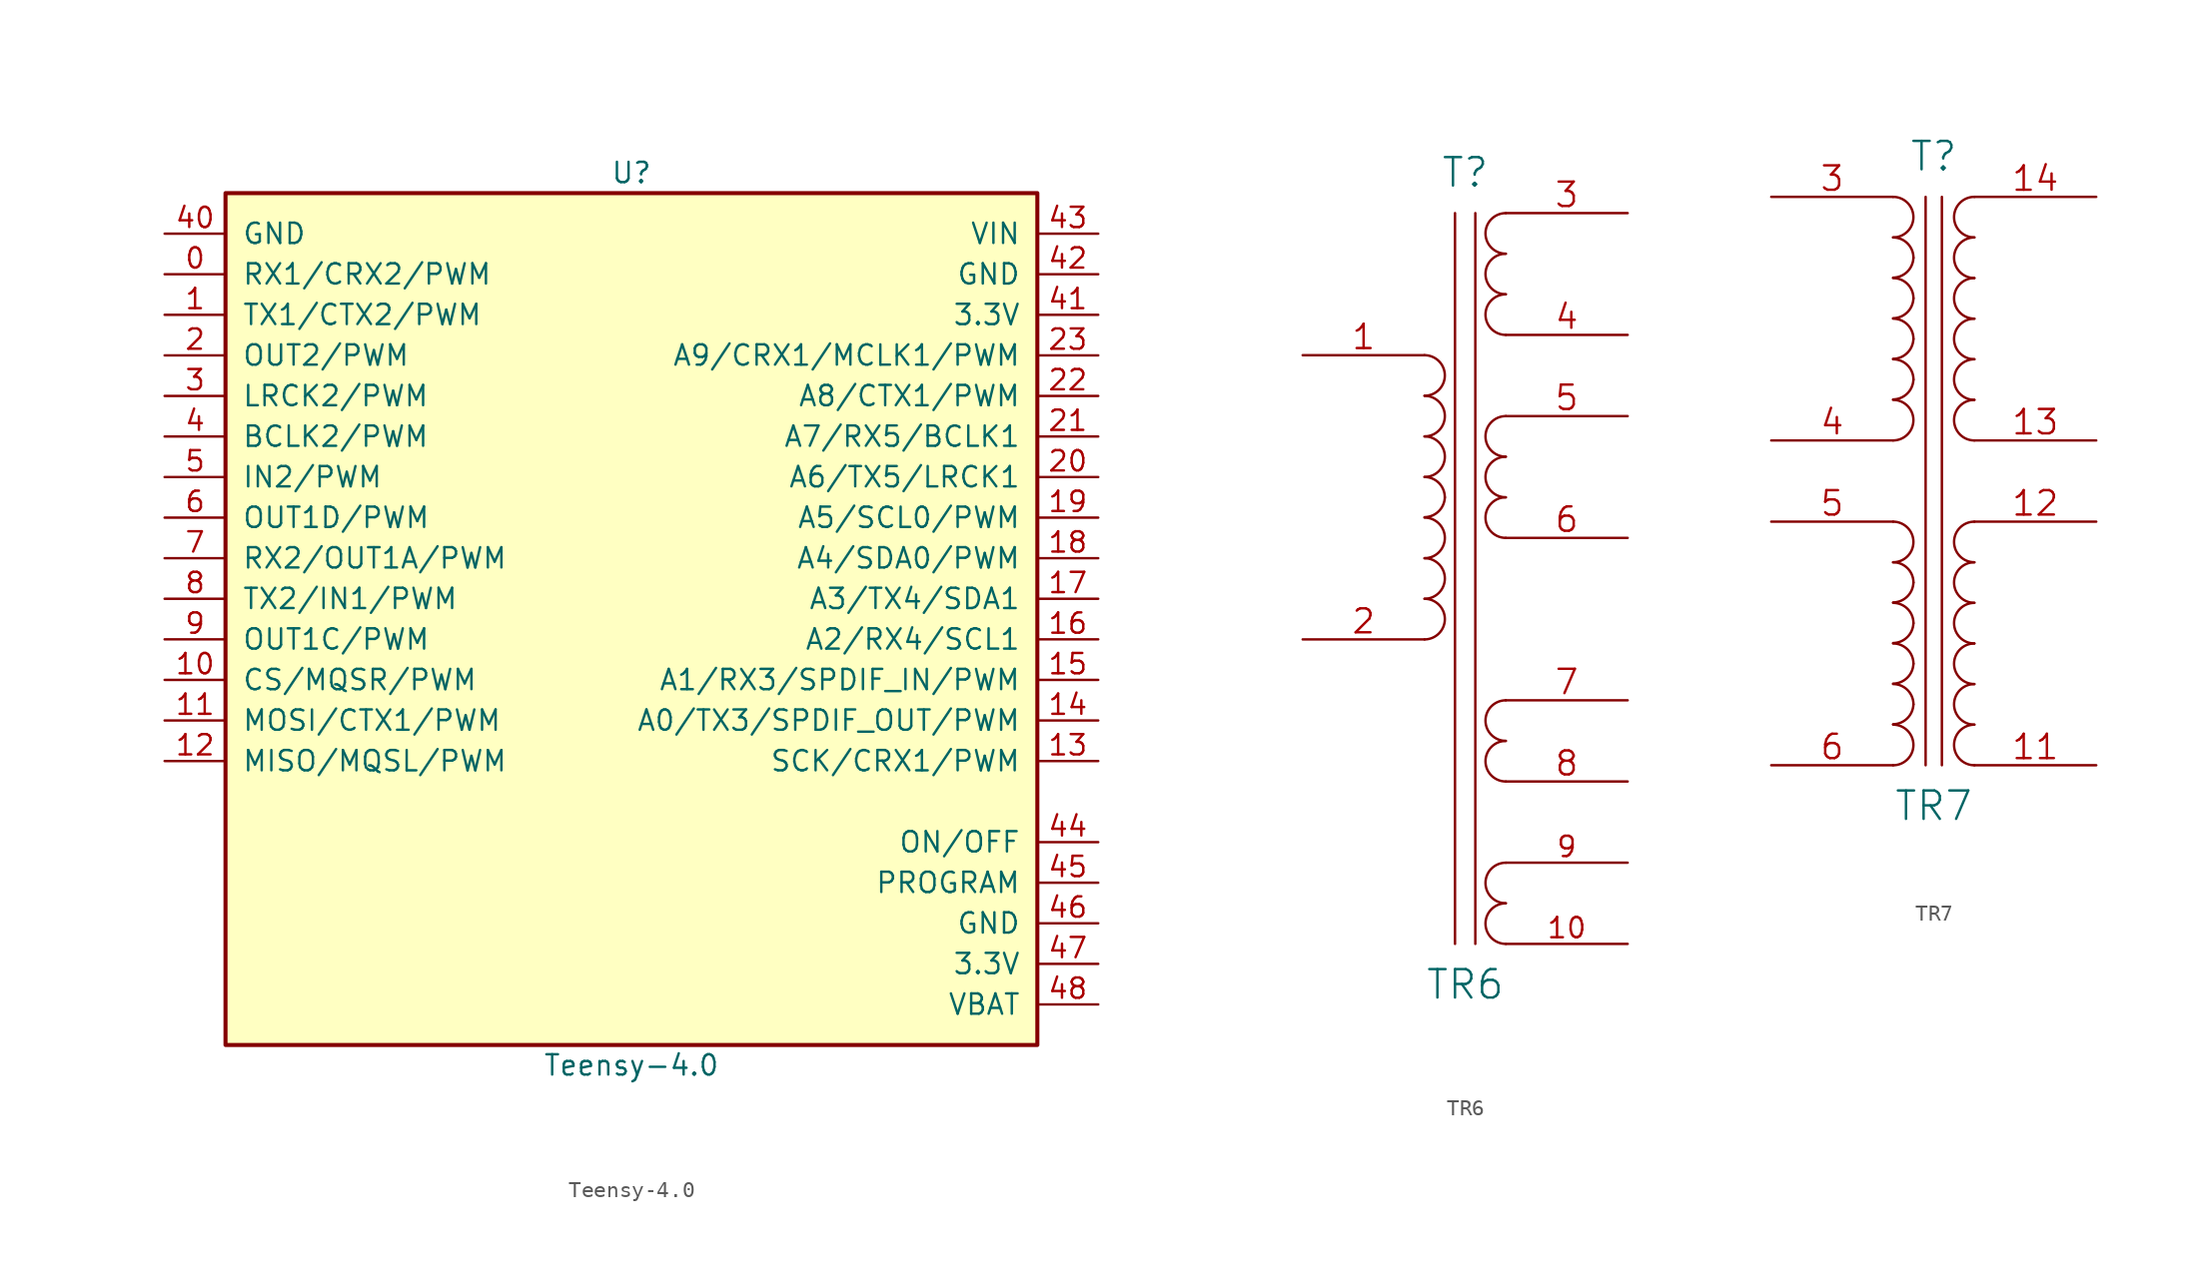
<source format=kicad_sym>
(kicad_symbol_lib
  (version 20211014)
  (generator kicad_symbol_editor)
  (symbol "Teensy-4.0"
    (pin_names
      (offset 1.016))
    (property "Reference" "U"
      (at 0 21.59 0)
      (effects (font (size 1.27 1.27))))
    (property "Value" "Teensy-4.0"
      (at 0 -34.29 0)
      (effects (font (size 1.27 1.27))))
    (symbol "Teensy-4.0_0_1"
      (rectangle (start -25.4 20.32) (end 25.4 -33.02) (stroke (width 0.254) (type default) (color 0 0 0 0)) (fill (type background))))
    (symbol "Teensy-4.0_1_1"
      (pin bidirectional line (at -29.21 15.24 0) (length 3.81) (name "RX1/CRX2/PWM" (effects (font (size 1.27 1.27)))) (number "0" (effects (font (size 1.27 1.27)))))
      (pin bidirectional line (at -29.21 12.7 0) (length 3.81) (name "TX1/CTX2/PWM" (effects (font (size 1.27 1.27)))) (number "1" (effects (font (size 1.27 1.27)))))
      (pin bidirectional line (at -29.21 -10.16 0) (length 3.81) (name "CS/MQSR/PWM" (effects (font (size 1.27 1.27)))) (number "10" (effects (font (size 1.27 1.27)))))
      (pin bidirectional line (at -29.21 -12.7 0) (length 3.81) (name "MOSI/CTX1/PWM" (effects (font (size 1.27 1.27)))) (number "11" (effects (font (size 1.27 1.27)))))
      (pin bidirectional line (at -29.21 -15.24 0) (length 3.81) (name "MISO/MQSL/PWM" (effects (font (size 1.27 1.27)))) (number "12" (effects (font (size 1.27 1.27)))))
      (pin bidirectional line (at 29.21 -15.24 180) (length 3.81) (name "SCK/CRX1/PWM" (effects (font (size 1.27 1.27)))) (number "13" (effects (font (size 1.27 1.27)))))
      (pin bidirectional line (at 29.21 -12.7 180) (length 3.81) (name "A0/TX3/SPDIF_OUT/PWM" (effects (font (size 1.27 1.27)))) (number "14" (effects (font (size 1.27 1.27)))))
      (pin bidirectional line (at 29.21 -10.16 180) (length 3.81) (name "A1/RX3/SPDIF_IN/PWM" (effects (font (size 1.27 1.27)))) (number "15" (effects (font (size 1.27 1.27)))))
      (pin bidirectional line (at 29.21 -7.62 180) (length 3.81) (name "A2/RX4/SCL1" (effects (font (size 1.27 1.27)))) (number "16" (effects (font (size 1.27 1.27)))))
      (pin bidirectional line (at 29.21 -5.08 180) (length 3.81) (name "A3/TX4/SDA1" (effects (font (size 1.27 1.27)))) (number "17" (effects (font (size 1.27 1.27)))))
      (pin bidirectional line (at 29.21 -2.54 180) (length 3.81) (name "A4/SDA0/PWM" (effects (font (size 1.27 1.27)))) (number "18" (effects (font (size 1.27 1.27)))))
      (pin bidirectional line (at 29.21 0 180) (length 3.81) (name "A5/SCL0/PWM" (effects (font (size 1.27 1.27)))) (number "19" (effects (font (size 1.27 1.27)))))
      (pin bidirectional line (at -29.21 10.16 0) (length 3.81) (name "OUT2/PWM" (effects (font (size 1.27 1.27)))) (number "2" (effects (font (size 1.27 1.27)))))
      (pin bidirectional line (at 29.21 2.54 180) (length 3.81) (name "A6/TX5/LRCK1" (effects (font (size 1.27 1.27)))) (number "20" (effects (font (size 1.27 1.27)))))
      (pin bidirectional line (at 29.21 5.08 180) (length 3.81) (name "A7/RX5/BCLK1" (effects (font (size 1.27 1.27)))) (number "21" (effects (font (size 1.27 1.27)))))
      (pin bidirectional line (at 29.21 7.62 180) (length 3.81) (name "A8/CTX1/PWM" (effects (font (size 1.27 1.27)))) (number "22" (effects (font (size 1.27 1.27)))))
      (pin bidirectional line (at 29.21 10.16 180) (length 3.81) (name "A9/CRX1/MCLK1/PWM" (effects (font (size 1.27 1.27)))) (number "23" (effects (font (size 1.27 1.27)))))
      (pin bidirectional line (at -29.21 7.62 0) (length 3.81) (name "LRCK2/PWM" (effects (font (size 1.27 1.27)))) (number "3" (effects (font (size 1.27 1.27)))))
      (pin bidirectional line (at -29.21 5.08 0) (length 3.81) (name "BCLK2/PWM" (effects (font (size 1.27 1.27)))) (number "4" (effects (font (size 1.27 1.27)))))
      (pin power_out line (at -29.21 17.78 0) (length 3.81) (name "GND" (effects (font (size 1.27 1.27)))) (number "40" (effects (font (size 1.27 1.27)))))
      (pin power_out line (at 29.21 12.7 180) (length 3.81) (name "3.3V" (effects (font (size 1.27 1.27)))) (number "41" (effects (font (size 1.27 1.27)))))
      (pin power_out line (at 29.21 15.24 180) (length 3.81) (name "GND" (effects (font (size 1.27 1.27)))) (number "42" (effects (font (size 1.27 1.27)))))
      (pin power_in line (at 29.21 17.78 180) (length 3.81) (name "VIN" (effects (font (size 1.27 1.27)))) (number "43" (effects (font (size 1.27 1.27)))))
      (pin input line (at 29.21 -20.32 180) (length 3.81) (name "ON/OFF" (effects (font (size 1.27 1.27)))) (number "44" (effects (font (size 1.27 1.27)))))
      (pin input line (at 29.21 -22.86 180) (length 3.81) (name "PROGRAM" (effects (font (size 1.27 1.27)))) (number "45" (effects (font (size 1.27 1.27)))))
      (pin power_out line (at 29.21 -25.4 180) (length 3.81) (name "GND" (effects (font (size 1.27 1.27)))) (number "46" (effects (font (size 1.27 1.27)))))
      (pin power_out line (at 29.21 -27.94 180) (length 3.81) (name "3.3V" (effects (font (size 1.27 1.27)))) (number "47" (effects (font (size 1.27 1.27)))))
      (pin power_in line (at 29.21 -30.48 180) (length 3.81) (name "VBAT" (effects (font (size 1.27 1.27)))) (number "48" (effects (font (size 1.27 1.27)))))
      (pin bidirectional line (at -29.21 2.54 0) (length 3.81) (name "IN2/PWM" (effects (font (size 1.27 1.27)))) (number "5" (effects (font (size 1.27 1.27)))))
      (pin bidirectional line (at -29.21 0 0) (length 3.81) (name "OUT1D/PWM" (effects (font (size 1.27 1.27)))) (number "6" (effects (font (size 1.27 1.27)))))
      (pin bidirectional line (at -29.21 -2.54 0) (length 3.81) (name "RX2/OUT1A/PWM" (effects (font (size 1.27 1.27)))) (number "7" (effects (font (size 1.27 1.27)))))
      (pin bidirectional line (at -29.21 -5.08 0) (length 3.81) (name "TX2/IN1/PWM" (effects (font (size 1.27 1.27)))) (number "8" (effects (font (size 1.27 1.27)))))
      (pin bidirectional line (at -29.21 -7.62 0) (length 3.81) (name "OUT1C/PWM" (effects (font (size 1.27 1.27)))) (number "9" (effects (font (size 1.27 1.27)))))))
  (symbol "TR6"
    (pin_names
      (offset 1.016) hide)
    (property "Reference" "T"
      (at 0 20.32 0)
      (effects (font (size 1.778 1.778))))
    (property "Value" "TR6"
      (at 0 -30.48 0)
      (effects (font (size 1.778 1.778))))
    (property "Footprint" ""
      (at 0 0 0)
      (effects (font (size 1.524 1.524))))
    (property "Datasheet" ""
      (at 0 0 0)
      (effects (font (size 1.524 1.524))))
    (symbol "TR6_0_1"
      (arc (start -2.54 -8.89) (mid -1.27 -7.62) (end -2.54 -6.35) (stroke (width 0) (type default) (color 0 0 0 0)) (fill (type none)))
      (arc (start -2.54 -6.35) (mid -1.27 -5.08) (end -2.54 -3.81) (stroke (width 0) (type default) (color 0 0 0 0)) (fill (type none)))
      (arc (start -2.54 -3.81) (mid -1.27 -2.54) (end -2.54 -1.27) (stroke (width 0) (type default) (color 0 0 0 0)) (fill (type none)))
      (arc (start -2.54 -1.2446) (mid -1.6599 -0.8801) (end -1.27 0) (stroke (width 0) (type default) (color 0 0 0 0)) (fill (type none)))
      (arc (start -2.54 1.27) (mid -1.27 2.54) (end -2.54 3.81) (stroke (width 0) (type default) (color 0 0 0 0)) (fill (type none)))
      (arc (start -2.54 3.81) (mid -1.27 5.08) (end -2.54 6.35) (stroke (width 0) (type default) (color 0 0 0 0)) (fill (type none)))
      (arc (start -2.54 6.35) (mid -1.27 7.62) (end -2.54 8.89) (stroke (width 0) (type default) (color 0 0 0 0)) (fill (type none)))
      (arc (start -1.27 0) (mid -1.642 0.898) (end -2.54 1.27) (stroke (width 0) (type default) (color 0 0 0 0)) (fill (type none)))
      (polyline (pts (xy -0.635 17.78) (xy -0.635 -27.94)) (stroke (width 0) (type default) (color 0 0 0 0)) (fill (type none)))
      (polyline (pts (xy 0.635 -27.94) (xy 0.635 17.78)) (stroke (width 0) (type default) (color 0 0 0 0)) (fill (type none)))
      (arc (start 2.54 -25.4) (mid 1.27 -26.67) (end 2.54 -27.94) (stroke (width 0) (type default) (color 0 0 0 0)) (fill (type none)))
      (arc (start 2.54 -22.86) (mid 1.27 -24.13) (end 2.54 -25.4) (stroke (width 0) (type default) (color 0 0 0 0)) (fill (type none)))
      (arc (start 2.54 -15.24) (mid 1.27 -16.51) (end 2.54 -17.78) (stroke (width 0) (type default) (color 0 0 0 0)) (fill (type none)))
      (arc (start 2.54 -12.7) (mid 1.27 -13.97) (end 2.54 -15.24) (stroke (width 0) (type default) (color 0 0 0 0)) (fill (type none)))
      (arc (start 2.54 0) (mid 1.27 -1.27) (end 2.54 -2.54) (stroke (width 0) (type default) (color 0 0 0 0)) (fill (type none)))
      (arc (start 2.54 2.54) (mid 1.27 1.27) (end 2.54 0) (stroke (width 0) (type default) (color 0 0 0 0)) (fill (type none)))
      (arc (start 2.54 5.08) (mid 1.27 3.81) (end 2.54 2.54) (stroke (width 0) (type default) (color 0 0 0 0)) (fill (type none)))
      (arc (start 2.54 12.7) (mid 1.27 11.43) (end 2.54 10.16) (stroke (width 0) (type default) (color 0 0 0 0)) (fill (type none)))
      (arc (start 2.54 15.24) (mid 1.27 13.97) (end 2.54 12.7) (stroke (width 0) (type default) (color 0 0 0 0)) (fill (type none)))
      (arc (start 2.54 17.78) (mid 1.27 16.51) (end 2.54 15.24) (stroke (width 0) (type default) (color 0 0 0 0)) (fill (type none))))
    (symbol "TR6_1_1"
      (pin passive line (at -10.16 8.89 0) (length 7.62) (name "~" (effects (font (size 1.524 1.524)))) (number "1" (effects (font (size 1.524 1.524)))))
      (pin passive line (at 10.16 -27.94 180) (length 7.62) (name "~" (effects (font (size 1.27 1.27)))) (number "10" (effects (font (size 1.27 1.27)))))
      (pin passive line (at -10.16 -8.89 0) (length 7.62) (name "~" (effects (font (size 1.27 1.27)))) (number "2" (effects (font (size 1.499 1.499)))))
      (pin passive line (at 10.16 17.78 180) (length 7.62) (name "~" (effects (font (size 1.524 1.524)))) (number "3" (effects (font (size 1.524 1.524)))))
      (pin passive line (at 10.16 10.16 180) (length 7.62) (name "~" (effects (font (size 1.27 1.27)))) (number "4" (effects (font (size 1.499 1.499)))))
      (pin passive line (at 10.16 5.08 180) (length 7.62) (name "~" (effects (font (size 1.524 1.524)))) (number "5" (effects (font (size 1.524 1.524)))))
      (pin passive line (at 10.16 -2.54 180) (length 7.62) (name "SD" (effects (font (size 1.524 1.524)))) (number "6" (effects (font (size 1.524 1.524)))))
      (pin passive line (at 10.16 -12.7 180) (length 7.62) (name "~" (effects (font (size 1.524 1.524)))) (number "7" (effects (font (size 1.524 1.524)))))
      (pin passive line (at 10.16 -17.78 180) (length 7.62) (name "~" (effects (font (size 1.27 1.27)))) (number "8" (effects (font (size 1.499 1.499)))))
      (pin passive line (at 10.16 -22.86 180) (length 7.62) (name "~" (effects (font (size 1.27 1.27)))) (number "9" (effects (font (size 1.27 1.27)))))))
  (symbol "TR7"
    (pin_names
      (offset 1.016) hide)
    (property "Reference" "T"
      (at 0 20.32 0)
      (effects (font (size 1.778 1.778))))
    (property "Value" "TR7"
      (at 0 -20.32 0)
      (effects (font (size 1.778 1.778))))
    (property "Footprint" ""
      (at 0 0 0)
      (effects (font (size 1.524 1.524))))
    (property "Datasheet" ""
      (at 0 0 0)
      (effects (font (size 1.524 1.524))))
    (symbol "TR7_0_1"
      (arc (start -2.54 -17.78) (mid -1.27 -16.51) (end -2.54 -15.24) (stroke (width 0) (type default) (color 0 0 0 0)) (fill (type none)))
      (arc (start -2.54 -15.2146) (mid -1.6599 -14.8501) (end -1.27 -13.97) (stroke (width 0) (type default) (color 0 0 0 0)) (fill (type none)))
      (arc (start -2.54 -12.6746) (mid -1.6599 -12.3101) (end -1.27 -11.43) (stroke (width 0) (type default) (color 0 0 0 0)) (fill (type none)))
      (arc (start -2.54 -10.1346) (mid -1.6599 -9.7701) (end -1.27 -8.89) (stroke (width 0) (type default) (color 0 0 0 0)) (fill (type none)))
      (arc (start -2.54 -7.5946) (mid -1.6599 -7.2301) (end -1.27 -6.35) (stroke (width 0) (type default) (color 0 0 0 0)) (fill (type none)))
      (arc (start -2.54 -5.08) (mid -1.27 -3.81) (end -2.54 -2.54) (stroke (width 0) (type default) (color 0 0 0 0)) (fill (type none)))
      (arc (start -2.54 2.54) (mid -1.27 3.81) (end -2.54 5.08) (stroke (width 0) (type default) (color 0 0 0 0)) (fill (type none)))
      (arc (start -2.54 5.1054) (mid -1.6599 5.4699) (end -1.27 6.35) (stroke (width 0) (type default) (color 0 0 0 0)) (fill (type none)))
      (arc (start -2.54 7.6454) (mid -1.6599 8.0099) (end -1.27 8.89) (stroke (width 0) (type default) (color 0 0 0 0)) (fill (type none)))
      (arc (start -2.54 10.1854) (mid -1.6599 10.5499) (end -1.27 11.43) (stroke (width 0) (type default) (color 0 0 0 0)) (fill (type none)))
      (arc (start -2.54 12.7254) (mid -1.6599 13.0899) (end -1.27 13.97) (stroke (width 0) (type default) (color 0 0 0 0)) (fill (type none)))
      (arc (start -2.54 15.24) (mid -1.27 16.51) (end -2.54 17.78) (stroke (width 0) (type default) (color 0 0 0 0)) (fill (type none)))
      (arc (start -1.27 -13.97) (mid -1.642 -13.072) (end -2.54 -12.7) (stroke (width 0) (type default) (color 0 0 0 0)) (fill (type none)))
      (arc (start -1.27 -11.43) (mid -1.642 -10.532) (end -2.54 -10.16) (stroke (width 0) (type default) (color 0 0 0 0)) (fill (type none)))
      (arc (start -1.27 -8.89) (mid -1.642 -7.992) (end -2.54 -7.62) (stroke (width 0) (type default) (color 0 0 0 0)) (fill (type none)))
      (arc (start -1.27 -6.35) (mid -1.642 -5.452) (end -2.54 -5.08) (stroke (width 0) (type default) (color 0 0 0 0)) (fill (type none)))
      (arc (start -1.27 6.35) (mid -1.642 7.248) (end -2.54 7.62) (stroke (width 0) (type default) (color 0 0 0 0)) (fill (type none)))
      (arc (start -1.27 8.89) (mid -1.642 9.788) (end -2.54 10.16) (stroke (width 0) (type default) (color 0 0 0 0)) (fill (type none)))
      (arc (start -1.27 11.43) (mid -1.642 12.328) (end -2.54 12.7) (stroke (width 0) (type default) (color 0 0 0 0)) (fill (type none)))
      (arc (start -1.27 13.97) (mid -1.642 14.868) (end -2.54 15.24) (stroke (width 0) (type default) (color 0 0 0 0)) (fill (type none)))
      (polyline (pts (xy -0.508 -17.78) (xy -0.508 17.78)) (stroke (width 0) (type default) (color 0 0 0 0)) (fill (type none)))
      (polyline (pts (xy 0.508 17.78) (xy 0.508 -17.78)) (stroke (width 0) (type default) (color 0 0 0 0)) (fill (type none)))
      (arc (start 2.54 -15.24) (mid 1.27 -16.51) (end 2.54 -17.78) (stroke (width 0) (type default) (color 0 0 0 0)) (fill (type none)))
      (arc (start 2.54 -12.7) (mid 1.27 -13.97) (end 2.54 -15.24) (stroke (width 0) (type default) (color 0 0 0 0)) (fill (type none)))
      (arc (start 2.54 -10.16) (mid 1.27 -11.43) (end 2.54 -12.7) (stroke (width 0) (type default) (color 0 0 0 0)) (fill (type none)))
      (arc (start 2.54 -7.62) (mid 1.27 -8.89) (end 2.54 -10.16) (stroke (width 0) (type default) (color 0 0 0 0)) (fill (type none)))
      (arc (start 2.54 -5.08) (mid 1.27 -6.35) (end 2.54 -7.62) (stroke (width 0) (type default) (color 0 0 0 0)) (fill (type none)))
      (arc (start 2.54 -2.54) (mid 1.27 -3.81) (end 2.54 -5.08) (stroke (width 0) (type default) (color 0 0 0 0)) (fill (type none)))
      (arc (start 2.54 5.08) (mid 1.27 3.81) (end 2.54 2.54) (stroke (width 0) (type default) (color 0 0 0 0)) (fill (type none)))
      (arc (start 2.54 7.62) (mid 1.27 6.35) (end 2.54 5.08) (stroke (width 0) (type default) (color 0 0 0 0)) (fill (type none)))
      (arc (start 2.54 10.16) (mid 1.27 8.89) (end 2.54 7.62) (stroke (width 0) (type default) (color 0 0 0 0)) (fill (type none)))
      (arc (start 2.54 12.7) (mid 1.27 11.43) (end 2.54 10.16) (stroke (width 0) (type default) (color 0 0 0 0)) (fill (type none)))
      (arc (start 2.54 15.24) (mid 1.27 13.97) (end 2.54 12.7) (stroke (width 0) (type default) (color 0 0 0 0)) (fill (type none)))
      (arc (start 2.54 17.78) (mid 1.27 16.51) (end 2.54 15.24) (stroke (width 0) (type default) (color 0 0 0 0)) (fill (type none))))
    (symbol "TR7_1_1"
      (pin passive line (at 10.16 -17.78 180) (length 7.62) (name "S1B" (effects (font (size 1.524 1.524)))) (number "11" (effects (font (size 1.524 1.524)))))
      (pin passive line (at 10.16 -2.54 180) (length 7.62) (name "S2A" (effects (font (size 1.524 1.524)))) (number "12" (effects (font (size 1.524 1.524)))))
      (pin passive line (at 10.16 2.54 180) (length 7.62) (name "S1B" (effects (font (size 1.524 1.524)))) (number "13" (effects (font (size 1.524 1.524)))))
      (pin passive line (at 10.16 17.78 180) (length 7.62) (name "S1A" (effects (font (size 1.524 1.524)))) (number "14" (effects (font (size 1.524 1.524)))))
      (pin passive line (at -10.16 17.78 0) (length 7.62) (name "P1A" (effects (font (size 1.524 1.524)))) (number "3" (effects (font (size 1.524 1.524)))))
      (pin passive line (at -10.16 2.54 0) (length 7.62) (name "P1B" (effects (font (size 1.524 1.524)))) (number "4" (effects (font (size 1.524 1.524)))))
      (pin passive line (at -10.16 -2.54 0) (length 7.62) (name "P2A" (effects (font (size 1.524 1.524)))) (number "5" (effects (font (size 1.524 1.524)))))
      (pin passive line (at -10.16 -17.78 0) (length 7.62) (name "P2B" (effects (font (size 1.524 1.524)))) (number "6" (effects (font (size 1.524 1.524))))))))
</source>
